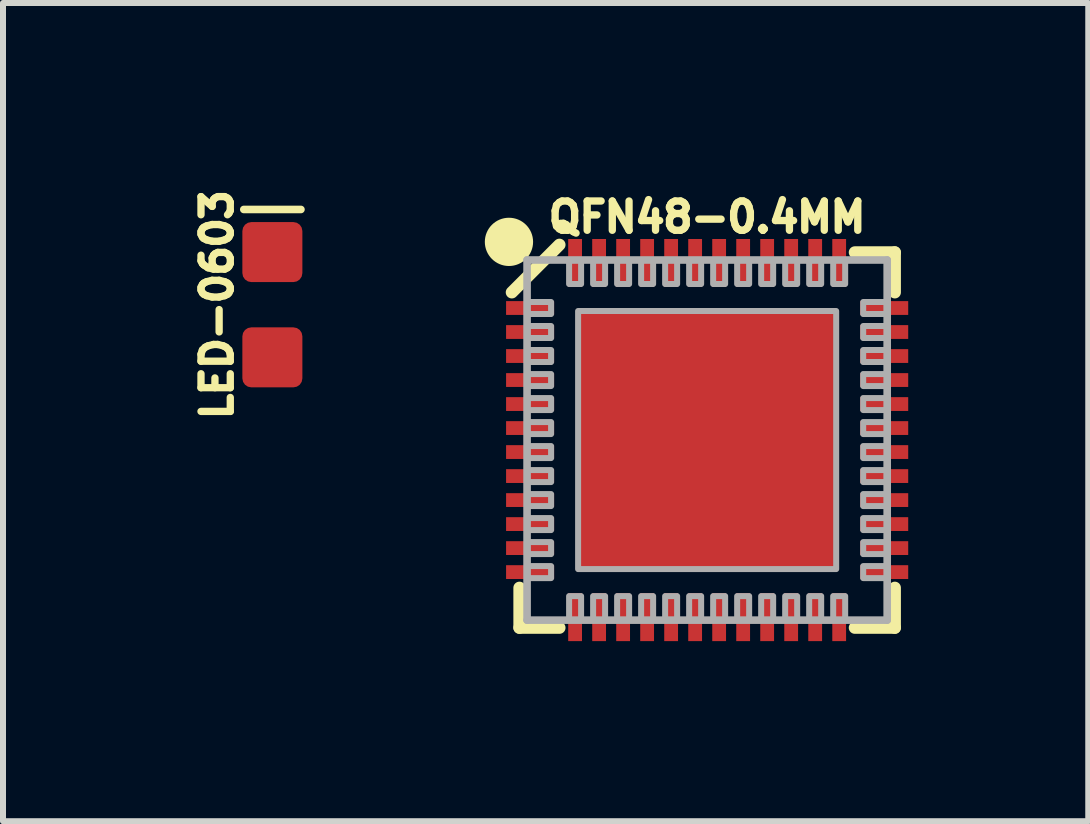
<source format=kicad_pcb>
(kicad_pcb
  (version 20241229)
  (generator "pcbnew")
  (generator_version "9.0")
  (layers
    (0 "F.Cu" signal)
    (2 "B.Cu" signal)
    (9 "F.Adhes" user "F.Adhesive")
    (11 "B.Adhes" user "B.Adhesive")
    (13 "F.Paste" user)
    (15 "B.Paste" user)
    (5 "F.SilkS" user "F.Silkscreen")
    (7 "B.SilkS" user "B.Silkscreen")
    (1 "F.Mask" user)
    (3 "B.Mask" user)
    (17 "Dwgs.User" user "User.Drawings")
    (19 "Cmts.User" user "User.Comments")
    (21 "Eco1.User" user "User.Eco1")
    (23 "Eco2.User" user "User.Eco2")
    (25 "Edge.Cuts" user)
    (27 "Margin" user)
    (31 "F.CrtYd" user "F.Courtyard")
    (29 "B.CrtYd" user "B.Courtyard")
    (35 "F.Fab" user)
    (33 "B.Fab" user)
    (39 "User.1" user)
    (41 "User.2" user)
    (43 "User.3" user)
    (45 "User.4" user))
  (footprint "QFN48-0.4MM"
    (layer "F.Cu")
    (at 8.732 4.282)
    (property "Reference" "QFN48-0.4MM" (at 0 -3.429 0) (layer "F.SilkS") (effects (font (size 0.488 0.488) (thickness 0.122)) (justify bottom)))
    (fp_line (start -3.127 2.461) (end -3.127 3.127) (stroke (width 0.203) (type solid)) (layer "F.SilkS"))
    (fp_line (start -3.127 3.127) (end -2.461 3.127) (stroke (width 0.203) (type solid)) (layer "F.SilkS"))
    (fp_line (start -2.461 -3.254) (end -3.254 -2.461) (stroke (width 0.203) (type solid)) (layer "F.SilkS"))
    (fp_line (start 2.461 3.127) (end 3.127 3.127) (stroke (width 0.203) (type solid)) (layer "F.SilkS"))
    (fp_line (start 3.127 -3.127) (end 2.461 -3.127) (stroke (width 0.203) (type solid)) (layer "F.SilkS"))
    (fp_line (start 3.127 -2.461) (end 3.127 -3.127) (stroke (width 0.203) (type solid)) (layer "F.SilkS"))
    (fp_line (start 3.127 3.127) (end 3.127 2.461) (stroke (width 0.203) (type solid)) (layer "F.SilkS"))
    (fp_circle (center -3.302 -3.302) (end -3.101 -3.302) (stroke (width 0.402) (type solid)) (fill yes) (layer "F.SilkS"))
    (fp_poly (pts (xy -0.315 0.315) (xy -1.835 0.315) (xy -1.835 1.835) (xy -0.315 1.835)) (stroke (width 0) (type default)) (fill yes) (layer "F.Paste"))
    (fp_poly (pts (xy -0.315 -0.315) (xy -0.315 -1.835) (xy -1.835 -1.835) (xy -1.835 -0.315)) (stroke (width 0) (type default)) (fill yes) (layer "F.Paste"))
    (fp_poly (pts (xy 0.315 0.315) (xy 0.315 1.835) (xy 1.835 1.835) (xy 1.835 0.315)) (stroke (width 0) (type default)) (fill yes) (layer "F.Paste"))
    (fp_poly (pts (xy 0.315 -0.315) (xy 1.835 -0.315) (xy 1.835 -1.835) (xy 0.315 -1.835)) (stroke (width 0) (type default)) (fill yes) (layer "F.Paste"))
    (fp_line (start -3 -3) (end -3 3) (stroke (width 0.127) (type solid)) (layer "F.Fab"))
    (fp_line (start -3 3) (end 3 3) (stroke (width 0.127) (type solid)) (layer "F.Fab"))
    (fp_line (start 3 -3) (end -3 -3) (stroke (width 0.127) (type solid)) (layer "F.Fab"))
    (fp_line (start 3 3) (end 3 -3) (stroke (width 0.127) (type solid)) (layer "F.Fab"))
    (fp_poly (pts (xy -2.6 -2.1) (xy -3 -2.1) (xy -3 -2.3) (xy -2.6 -2.3)) (stroke (width 0.1) (type default)) (fill no) (layer "F.Fab"))
    (fp_poly (pts (xy -2.6 -1.7) (xy -3 -1.7) (xy -3 -1.9) (xy -2.6 -1.9)) (stroke (width 0.1) (type default)) (fill no) (layer "F.Fab"))
    (fp_poly (pts (xy -2.6 -1.3) (xy -3 -1.3) (xy -3 -1.5) (xy -2.6 -1.5)) (stroke (width 0.1) (type default)) (fill no) (layer "F.Fab"))
    (fp_poly (pts (xy -2.6 -0.9) (xy -3 -0.9) (xy -3 -1.1) (xy -2.6 -1.1)) (stroke (width 0.1) (type default)) (fill no) (layer "F.Fab"))
    (fp_poly (pts (xy -2.6 -0.5) (xy -3 -0.5) (xy -3 -0.7) (xy -2.6 -0.7)) (stroke (width 0.1) (type default)) (fill no) (layer "F.Fab"))
    (fp_poly (pts (xy -2.6 -0.1) (xy -3 -0.1) (xy -3 -0.3) (xy -2.6 -0.3)) (stroke (width 0.1) (type default)) (fill no) (layer "F.Fab"))
    (fp_poly (pts (xy -2.6 0.3) (xy -3 0.3) (xy -3 0.1) (xy -2.6 0.1)) (stroke (width 0.1) (type default)) (fill no) (layer "F.Fab"))
    (fp_poly (pts (xy -2.6 0.7) (xy -3 0.7) (xy -3 0.5) (xy -2.6 0.5)) (stroke (width 0.1) (type default)) (fill no) (layer "F.Fab"))
    (fp_poly (pts (xy -2.6 1.1) (xy -3 1.1) (xy -3 0.9) (xy -2.6 0.9)) (stroke (width 0.1) (type default)) (fill no) (layer "F.Fab"))
    (fp_poly (pts (xy -2.6 1.5) (xy -3 1.5) (xy -3 1.3) (xy -2.6 1.3)) (stroke (width 0.1) (type default)) (fill no) (layer "F.Fab"))
    (fp_poly (pts (xy -2.6 1.9) (xy -3 1.9) (xy -3 1.7) (xy -2.6 1.7)) (stroke (width 0.1) (type default)) (fill no) (layer "F.Fab"))
    (fp_poly (pts (xy -2.6 2.3) (xy -3 2.3) (xy -3 2.1) (xy -2.6 2.1)) (stroke (width 0.1) (type default)) (fill no) (layer "F.Fab"))
    (fp_poly (pts (xy -2.1 -2.6) (xy -2.3 -2.6) (xy -2.3 -3) (xy -2.1 -3)) (stroke (width 0.1) (type default)) (fill no) (layer "F.Fab"))
    (fp_poly (pts (xy -2.1 3) (xy -2.3 3) (xy -2.3 2.6) (xy -2.1 2.6)) (stroke (width 0.1) (type default)) (fill no) (layer "F.Fab"))
    (fp_poly (pts (xy -1.7 -2.6) (xy -1.9 -2.6) (xy -1.9 -3) (xy -1.7 -3)) (stroke (width 0.1) (type default)) (fill no) (layer "F.Fab"))
    (fp_poly (pts (xy -1.7 3) (xy -1.9 3) (xy -1.9 2.6) (xy -1.7 2.6)) (stroke (width 0.1) (type default)) (fill no) (layer "F.Fab"))
    (fp_poly (pts (xy -1.3 -2.6) (xy -1.5 -2.6) (xy -1.5 -3) (xy -1.3 -3)) (stroke (width 0.1) (type default)) (fill no) (layer "F.Fab"))
    (fp_poly (pts (xy -1.3 3) (xy -1.5 3) (xy -1.5 2.6) (xy -1.3 2.6)) (stroke (width 0.1) (type default)) (fill no) (layer "F.Fab"))
    (fp_poly (pts (xy -0.9 -2.6) (xy -1.1 -2.6) (xy -1.1 -3) (xy -0.9 -3)) (stroke (width 0.1) (type default)) (fill no) (layer "F.Fab"))
    (fp_poly (pts (xy -0.9 3) (xy -1.1 3) (xy -1.1 2.6) (xy -0.9 2.6)) (stroke (width 0.1) (type default)) (fill no) (layer "F.Fab"))
    (fp_poly (pts (xy -0.5 -2.6) (xy -0.7 -2.6) (xy -0.7 -3) (xy -0.5 -3)) (stroke (width 0.1) (type default)) (fill no) (layer "F.Fab"))
    (fp_poly (pts (xy -0.5 3) (xy -0.7 3) (xy -0.7 2.6) (xy -0.5 2.6)) (stroke (width 0.1) (type default)) (fill no) (layer "F.Fab"))
    (fp_poly (pts (xy -0.1 -2.6) (xy -0.3 -2.6) (xy -0.3 -3) (xy -0.1 -3)) (stroke (width 0.1) (type default)) (fill no) (layer "F.Fab"))
    (fp_poly (pts (xy -0.1 3) (xy -0.3 3) (xy -0.3 2.6) (xy -0.1 2.6)) (stroke (width 0.1) (type default)) (fill no) (layer "F.Fab"))
    (fp_poly (pts (xy 0.3 -2.6) (xy 0.1 -2.6) (xy 0.1 -3) (xy 0.3 -3)) (stroke (width 0.1) (type default)) (fill no) (layer "F.Fab"))
    (fp_poly (pts (xy 0.3 3) (xy 0.1 3) (xy 0.1 2.6) (xy 0.3 2.6)) (stroke (width 0.1) (type default)) (fill no) (layer "F.Fab"))
    (fp_poly (pts (xy 0.7 -2.6) (xy 0.5 -2.6) (xy 0.5 -3) (xy 0.7 -3)) (stroke (width 0.1) (type default)) (fill no) (layer "F.Fab"))
    (fp_poly (pts (xy 0.7 3) (xy 0.5 3) (xy 0.5 2.6) (xy 0.7 2.6)) (stroke (width 0.1) (type default)) (fill no) (layer "F.Fab"))
    (fp_poly (pts (xy 1.1 -2.6) (xy 0.9 -2.6) (xy 0.9 -3) (xy 1.1 -3)) (stroke (width 0.1) (type default)) (fill no) (layer "F.Fab"))
    (fp_poly (pts (xy 1.1 3) (xy 0.9 3) (xy 0.9 2.6) (xy 1.1 2.6)) (stroke (width 0.1) (type default)) (fill no) (layer "F.Fab"))
    (fp_poly (pts (xy 1.5 -2.6) (xy 1.3 -2.6) (xy 1.3 -3) (xy 1.5 -3)) (stroke (width 0.1) (type default)) (fill no) (layer "F.Fab"))
    (fp_poly (pts (xy 1.5 3) (xy 1.3 3) (xy 1.3 2.6) (xy 1.5 2.6)) (stroke (width 0.1) (type default)) (fill no) (layer "F.Fab"))
    (fp_poly (pts (xy 1.9 -2.6) (xy 1.7 -2.6) (xy 1.7 -3) (xy 1.9 -3)) (stroke (width 0.1) (type default)) (fill no) (layer "F.Fab"))
    (fp_poly (pts (xy 1.9 3) (xy 1.7 3) (xy 1.7 2.6) (xy 1.9 2.6)) (stroke (width 0.1) (type default)) (fill no) (layer "F.Fab"))
    (fp_poly (pts (xy 2.15 2.15) (xy -2.15 2.15) (xy -2.15 -2.15) (xy 2.15 -2.15)) (stroke (width 0.1) (type default)) (fill no) (layer "F.Fab"))
    (fp_poly (pts (xy 2.3 -2.6) (xy 2.1 -2.6) (xy 2.1 -3) (xy 2.3 -3)) (stroke (width 0.1) (type default)) (fill no) (layer "F.Fab"))
    (fp_poly (pts (xy 2.3 3) (xy 2.1 3) (xy 2.1 2.6) (xy 2.3 2.6)) (stroke (width 0.1) (type default)) (fill no) (layer "F.Fab"))
    (fp_poly (pts (xy 3 -2.1) (xy 2.6 -2.1) (xy 2.6 -2.3) (xy 3 -2.3)) (stroke (width 0.1) (type default)) (fill no) (layer "F.Fab"))
    (fp_poly (pts (xy 3 -1.7) (xy 2.6 -1.7) (xy 2.6 -1.9) (xy 3 -1.9)) (stroke (width 0.1) (type default)) (fill no) (layer "F.Fab"))
    (fp_poly (pts (xy 3 -1.3) (xy 2.6 -1.3) (xy 2.6 -1.5) (xy 3 -1.5)) (stroke (width 0.1) (type default)) (fill no) (layer "F.Fab"))
    (fp_poly (pts (xy 3 -0.9) (xy 2.6 -0.9) (xy 2.6 -1.1) (xy 3 -1.1)) (stroke (width 0.1) (type default)) (fill no) (layer "F.Fab"))
    (fp_poly (pts (xy 3 -0.5) (xy 2.6 -0.5) (xy 2.6 -0.7) (xy 3 -0.7)) (stroke (width 0.1) (type default)) (fill no) (layer "F.Fab"))
    (fp_poly (pts (xy 3 -0.1) (xy 2.6 -0.1) (xy 2.6 -0.3) (xy 3 -0.3)) (stroke (width 0.1) (type default)) (fill no) (layer "F.Fab"))
    (fp_poly (pts (xy 3 0.3) (xy 2.6 0.3) (xy 2.6 0.1) (xy 3 0.1)) (stroke (width 0.1) (type default)) (fill no) (layer "F.Fab"))
    (fp_poly (pts (xy 3 0.7) (xy 2.6 0.7) (xy 2.6 0.5) (xy 3 0.5)) (stroke (width 0.1) (type default)) (fill no) (layer "F.Fab"))
    (fp_poly (pts (xy 3 1.1) (xy 2.6 1.1) (xy 2.6 0.9) (xy 3 0.9)) (stroke (width 0.1) (type default)) (fill no) (layer "F.Fab"))
    (fp_poly (pts (xy 3 1.5) (xy 2.6 1.5) (xy 2.6 1.3) (xy 3 1.3)) (stroke (width 0.1) (type default)) (fill no) (layer "F.Fab"))
    (fp_poly (pts (xy 3 1.9) (xy 2.6 1.9) (xy 2.6 1.7) (xy 3 1.7)) (stroke (width 0.1) (type default)) (fill no) (layer "F.Fab"))
    (fp_poly (pts (xy 3 2.3) (xy 2.6 2.3) (xy 2.6 2.1) (xy 3 2.1)) (stroke (width 0.1) (type default)) (fill no) (layer "F.Fab"))
    (pad "1" smd rect (at -2.95 -2.2 270) (size 0.23 0.8) (layers "F.Cu" "F.Mask" "F.Paste"))
    (pad "2" smd rect (at -2.95 -1.8 270) (size 0.23 0.8) (layers "F.Cu" "F.Mask" "F.Paste"))
    (pad "3" smd rect (at -2.95 -1.4 270) (size 0.23 0.8) (layers "F.Cu" "F.Mask" "F.Paste"))
    (pad "4" smd rect (at -2.95 -1 270) (size 0.23 0.8) (layers "F.Cu" "F.Mask" "F.Paste"))
    (pad "5" smd rect (at -2.95 -0.6 270) (size 0.23 0.8) (layers "F.Cu" "F.Mask" "F.Paste"))
    (pad "6" smd rect (at -2.95 -0.2 270) (size 0.23 0.8) (layers "F.Cu" "F.Mask" "F.Paste"))
    (pad "7" smd rect (at -2.95 0.2 270) (size 0.23 0.8) (layers "F.Cu" "F.Mask" "F.Paste"))
    (pad "8" smd rect (at -2.95 0.6 270) (size 0.23 0.8) (layers "F.Cu" "F.Mask" "F.Paste"))
    (pad "9" smd rect (at -2.95 1 270) (size 0.23 0.8) (layers "F.Cu" "F.Mask" "F.Paste"))
    (pad "10" smd rect (at -2.95 1.4 270) (size 0.23 0.8) (layers "F.Cu" "F.Mask" "F.Paste"))
    (pad "11" smd rect (at -2.95 1.8 270) (size 0.23 0.8) (layers "F.Cu" "F.Mask" "F.Paste"))
    (pad "12" smd rect (at -2.95 2.2 270) (size 0.23 0.8) (layers "F.Cu" "F.Mask" "F.Paste"))
    (pad "13" smd rect (at -2.2 2.95) (size 0.23 0.8) (layers "F.Cu" "F.Mask" "F.Paste"))
    (pad "14" smd rect (at -1.8 2.95) (size 0.23 0.8) (layers "F.Cu" "F.Mask" "F.Paste"))
    (pad "15" smd rect (at -1.4 2.95) (size 0.23 0.8) (layers "F.Cu" "F.Mask" "F.Paste"))
    (pad "16" smd rect (at -1 2.95) (size 0.23 0.8) (layers "F.Cu" "F.Mask" "F.Paste"))
    (pad "17" smd rect (at -0.6 2.95) (size 0.23 0.8) (layers "F.Cu" "F.Mask" "F.Paste"))
    (pad "18" smd rect (at -0.2 2.95) (size 0.23 0.8) (layers "F.Cu" "F.Mask" "F.Paste"))
    (pad "19" smd rect (at 0.2 2.95) (size 0.23 0.8) (layers "F.Cu" "F.Mask" "F.Paste"))
    (pad "20" smd rect (at 0.6 2.95) (size 0.23 0.8) (layers "F.Cu" "F.Mask" "F.Paste"))
    (pad "21" smd rect (at 1 2.95) (size 0.23 0.8) (layers "F.Cu" "F.Mask" "F.Paste"))
    (pad "22" smd rect (at 1.4 2.95) (size 0.23 0.8) (layers "F.Cu" "F.Mask" "F.Paste"))
    (pad "23" smd rect (at 1.8 2.95) (size 0.23 0.8) (layers "F.Cu" "F.Mask" "F.Paste"))
    (pad "24" smd rect (at 2.2 2.95) (size 0.23 0.8) (layers "F.Cu" "F.Mask" "F.Paste"))
    (pad "25" smd rect (at 2.95 2.2 90) (size 0.23 0.8) (layers "F.Cu" "F.Mask" "F.Paste"))
    (pad "26" smd rect (at 2.95 1.8 90) (size 0.23 0.8) (layers "F.Cu" "F.Mask" "F.Paste"))
    (pad "27" smd rect (at 2.95 1.4 90) (size 0.23 0.8) (layers "F.Cu" "F.Mask" "F.Paste"))
    (pad "28" smd rect (at 2.95 1 90) (size 0.23 0.8) (layers "F.Cu" "F.Mask" "F.Paste"))
    (pad "29" smd rect (at 2.95 0.6 90) (size 0.23 0.8) (layers "F.Cu" "F.Mask" "F.Paste"))
    (pad "30" smd rect (at 2.95 0.2 90) (size 0.23 0.8) (layers "F.Cu" "F.Mask" "F.Paste"))
    (pad "31" smd rect (at 2.95 -0.2 90) (size 0.23 0.8) (layers "F.Cu" "F.Mask" "F.Paste"))
    (pad "32" smd rect (at 2.95 -0.6 90) (size 0.23 0.8) (layers "F.Cu" "F.Mask" "F.Paste"))
    (pad "33" smd rect (at 2.95 -1 90) (size 0.23 0.8) (layers "F.Cu" "F.Mask" "F.Paste"))
    (pad "34" smd rect (at 2.95 -1.4 90) (size 0.23 0.8) (layers "F.Cu" "F.Mask" "F.Paste"))
    (pad "35" smd rect (at 2.95 -1.8 90) (size 0.23 0.8) (layers "F.Cu" "F.Mask" "F.Paste"))
    (pad "36" smd rect (at 2.95 -2.2 90) (size 0.23 0.8) (layers "F.Cu" "F.Mask" "F.Paste"))
    (pad "37" smd rect (at 2.2 -2.95 180) (size 0.23 0.8) (layers "F.Cu" "F.Mask" "F.Paste"))
    (pad "38" smd rect (at 1.8 -2.95 180) (size 0.23 0.8) (layers "F.Cu" "F.Mask" "F.Paste"))
    (pad "39" smd rect (at 1.4 -2.95 180) (size 0.23 0.8) (layers "F.Cu" "F.Mask" "F.Paste"))
    (pad "40" smd rect (at 1 -2.95 180) (size 0.23 0.8) (layers "F.Cu" "F.Mask" "F.Paste"))
    (pad "41" smd rect (at 0.6 -2.95 180) (size 0.23 0.8) (layers "F.Cu" "F.Mask" "F.Paste"))
    (pad "42" smd rect (at 0.2 -2.95 180) (size 0.23 0.8) (layers "F.Cu" "F.Mask" "F.Paste"))
    (pad "43" smd rect (at -0.2 -2.95 180) (size 0.23 0.8) (layers "F.Cu" "F.Mask" "F.Paste"))
    (pad "44" smd rect (at -0.6 -2.95 180) (size 0.23 0.8) (layers "F.Cu" "F.Mask" "F.Paste"))
    (pad "45" smd rect (at -1 -2.95 180) (size 0.23 0.8) (layers "F.Cu" "F.Mask" "F.Paste"))
    (pad "46" smd rect (at -1.4 -2.95 180) (size 0.23 0.8) (layers "F.Cu" "F.Mask" "F.Paste"))
    (pad "47" smd rect (at -1.8 -2.95 180) (size 0.23 0.8) (layers "F.Cu" "F.Mask" "F.Paste"))
    (pad "48" smd rect (at -2.2 -2.95 180) (size 0.23 0.8) (layers "F.Cu" "F.Mask" "F.Paste"))
    (pad "EP" smd rect (at 0 0) (size 4.3 4.3) (layers "F.Cu" "F.Mask")))
  (footprint "LED-0603"
    (layer "F.Cu")
    (at 1.488 2.027)
    (property "Reference" "LED-0603" (at -0.635 0 90) (layer "F.SilkS") (effects (font (size 0.488 0.488) (thickness 0.122)) (justify bottom)))
    (fp_line (start -0.476 -1.587) (end 0.476 -1.587) (stroke (width 0.127) (type solid)) (layer "F.SilkS"))
    (pad "A" smd roundrect (at 0 0.877) (size 1 1) (layers "F.Cu" "F.Mask" "F.Paste") (roundrect_rratio 0.15))
    (pad "C" smd roundrect (at 0 -0.877) (size 1 1) (layers "F.Cu" "F.Mask" "F.Paste") (roundrect_rratio 0.15)))
  (gr_rect
    (start -3 -3)
    (end 15.082 10.632)
    (stroke (width 0.1) (type default))
    (fill no)
    (layer "Edge.Cuts")))
</source>
